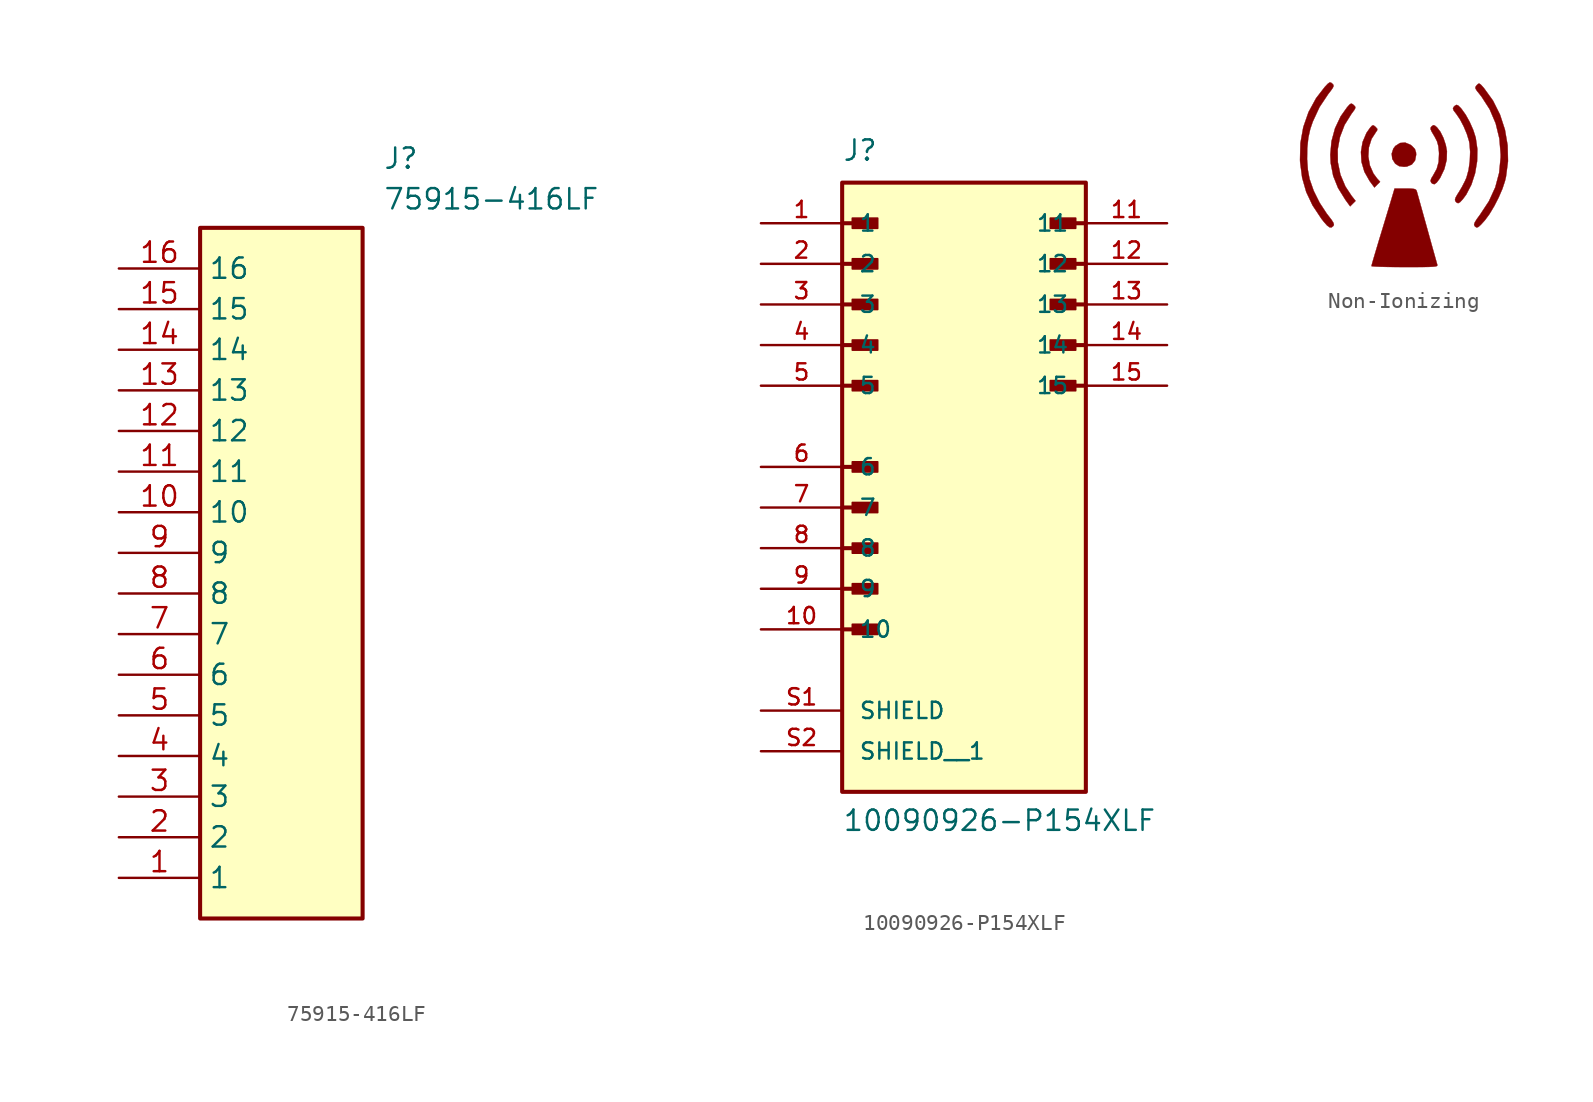
<source format=kicad_sym>
(kicad_symbol_lib
  (version 20231120)
  (generator "kicad_symbol_editor")
  (generator_version "8.0")
  (symbol "75915-416LF"
    (property "Reference" "J"
      (at 16.51 7.62 0)
      (effects (font (size 1.27 1.27)) (justify left top)))
    (property "Value" "75915-416LF"
      (at 16.51 5.08 0)
      (effects (font (size 1.27 1.27)) (justify left top)))
    (symbol "75915-416LF_1_1"
      (rectangle (start 5.08 2.54) (end 15.24 -40.64) (stroke (width 0.254) (type default)) (fill (type background)))
      (pin passive line (at 0 -38.1 0) (length 5.08) (name "1" (effects (font (size 1.27 1.27)))) (number "1" (effects (font (size 1.27 1.27)))))
      (pin passive line (at 0 -15.24 0) (length 5.08) (name "10" (effects (font (size 1.27 1.27)))) (number "10" (effects (font (size 1.27 1.27)))))
      (pin passive line (at 0 -12.7 0) (length 5.08) (name "11" (effects (font (size 1.27 1.27)))) (number "11" (effects (font (size 1.27 1.27)))))
      (pin passive line (at 0 -10.16 0) (length 5.08) (name "12" (effects (font (size 1.27 1.27)))) (number "12" (effects (font (size 1.27 1.27)))))
      (pin passive line (at 0 -7.62 0) (length 5.08) (name "13" (effects (font (size 1.27 1.27)))) (number "13" (effects (font (size 1.27 1.27)))))
      (pin passive line (at 0 -5.08 0) (length 5.08) (name "14" (effects (font (size 1.27 1.27)))) (number "14" (effects (font (size 1.27 1.27)))))
      (pin passive line (at 0 -2.54 0) (length 5.08) (name "15" (effects (font (size 1.27 1.27)))) (number "15" (effects (font (size 1.27 1.27)))))
      (pin passive line (at 0 0 0) (length 5.08) (name "16" (effects (font (size 1.27 1.27)))) (number "16" (effects (font (size 1.27 1.27)))))
      (pin passive line (at 0 -35.56 0) (length 5.08) (name "2" (effects (font (size 1.27 1.27)))) (number "2" (effects (font (size 1.27 1.27)))))
      (pin passive line (at 0 -33.02 0) (length 5.08) (name "3" (effects (font (size 1.27 1.27)))) (number "3" (effects (font (size 1.27 1.27)))))
      (pin passive line (at 0 -30.48 0) (length 5.08) (name "4" (effects (font (size 1.27 1.27)))) (number "4" (effects (font (size 1.27 1.27)))))
      (pin passive line (at 0 -27.94 0) (length 5.08) (name "5" (effects (font (size 1.27 1.27)))) (number "5" (effects (font (size 1.27 1.27)))))
      (pin passive line (at 0 -25.4 0) (length 5.08) (name "6" (effects (font (size 1.27 1.27)))) (number "6" (effects (font (size 1.27 1.27)))))
      (pin passive line (at 0 -22.86 0) (length 5.08) (name "7" (effects (font (size 1.27 1.27)))) (number "7" (effects (font (size 1.27 1.27)))))
      (pin passive line (at 0 -20.32 0) (length 5.08) (name "8" (effects (font (size 1.27 1.27)))) (number "8" (effects (font (size 1.27 1.27)))))
      (pin passive line (at 0 -17.78 0) (length 5.08) (name "9" (effects (font (size 1.27 1.27)))) (number "9" (effects (font (size 1.27 1.27)))))))
  (symbol "10090926-P154XLF"
    (pin_names
      (offset 1.016))
    (property "Reference" "J"
      (at -7.62 19.05 0)
      (effects (font (size 1.27 1.27)) (justify left bottom)))
    (property "Value" "10090926-P154XLF"
      (at -7.62 -22.86 0)
      (effects (font (size 1.27 1.27)) (justify left bottom)))
    (symbol "10090926-P154XLF_0_0"
      (rectangle (start -7.62 -20.32) (end 7.62 17.78) (stroke (width 0.254) (type default)) (fill (type background)))
      (rectangle (start -6.985 -10.477) (end -5.397 -9.842) (stroke (width 0.1) (type default)) (fill (type outline)))
      (rectangle (start -6.985 -7.938) (end -5.397 -7.303) (stroke (width 0.1) (type default)) (fill (type outline)))
      (rectangle (start -6.985 -5.397) (end -5.397 -4.763) (stroke (width 0.1) (type default)) (fill (type outline)))
      (rectangle (start -6.985 -2.857) (end -5.397 -2.223) (stroke (width 0.1) (type default)) (fill (type outline)))
      (rectangle (start -6.985 -0.318) (end -5.397 0.318) (stroke (width 0.1) (type default)) (fill (type outline)))
      (rectangle (start -6.985 4.763) (end -5.397 5.397) (stroke (width 0.1) (type default)) (fill (type outline)))
      (rectangle (start -6.985 7.303) (end -5.397 7.938) (stroke (width 0.1) (type default)) (fill (type outline)))
      (rectangle (start -6.985 9.842) (end -5.397 10.477) (stroke (width 0.1) (type default)) (fill (type outline)))
      (rectangle (start -6.985 12.383) (end -5.397 13.018) (stroke (width 0.1) (type default)) (fill (type outline)))
      (rectangle (start -6.985 14.922) (end -5.397 15.557) (stroke (width 0.1) (type default)) (fill (type outline)))
      (polyline (pts (xy -7.62 -10.16) (xy -5.715 -10.16)) (stroke (width 0.254) (type default)) (fill (type none)))
      (polyline (pts (xy -7.62 -7.62) (xy -5.715 -7.62)) (stroke (width 0.254) (type default)) (fill (type none)))
      (polyline (pts (xy -7.62 -5.08) (xy -5.715 -5.08)) (stroke (width 0.254) (type default)) (fill (type none)))
      (polyline (pts (xy -7.62 -2.54) (xy -5.715 -2.54)) (stroke (width 0.254) (type default)) (fill (type none)))
      (polyline (pts (xy -7.62 0) (xy -5.715 0)) (stroke (width 0.254) (type default)) (fill (type none)))
      (polyline (pts (xy -7.62 5.08) (xy -5.715 5.08)) (stroke (width 0.254) (type default)) (fill (type none)))
      (polyline (pts (xy -7.62 7.62) (xy -5.715 7.62)) (stroke (width 0.254) (type default)) (fill (type none)))
      (polyline (pts (xy -7.62 10.16) (xy -5.715 10.16)) (stroke (width 0.254) (type default)) (fill (type none)))
      (polyline (pts (xy -7.62 12.7) (xy -5.715 12.7)) (stroke (width 0.254) (type default)) (fill (type none)))
      (polyline (pts (xy -7.62 15.24) (xy -5.715 15.24)) (stroke (width 0.254) (type default)) (fill (type none)))
      (polyline (pts (xy 7.62 5.08) (xy 5.715 5.08)) (stroke (width 0.254) (type default)) (fill (type none)))
      (polyline (pts (xy 7.62 7.62) (xy 5.715 7.62)) (stroke (width 0.254) (type default)) (fill (type none)))
      (polyline (pts (xy 7.62 10.16) (xy 5.715 10.16)) (stroke (width 0.254) (type default)) (fill (type none)))
      (polyline (pts (xy 7.62 12.7) (xy 5.715 12.7)) (stroke (width 0.254) (type default)) (fill (type none)))
      (polyline (pts (xy 7.62 15.24) (xy 5.715 15.24)) (stroke (width 0.254) (type default)) (fill (type none)))
      (rectangle (start 5.397 4.763) (end 6.985 5.397) (stroke (width 0.1) (type default)) (fill (type outline)))
      (rectangle (start 5.397 7.303) (end 6.985 7.938) (stroke (width 0.1) (type default)) (fill (type outline)))
      (rectangle (start 5.397 9.842) (end 6.985 10.477) (stroke (width 0.1) (type default)) (fill (type outline)))
      (rectangle (start 5.397 12.383) (end 6.985 13.018) (stroke (width 0.1) (type default)) (fill (type outline)))
      (rectangle (start 5.397 14.922) (end 6.985 15.557) (stroke (width 0.1) (type default)) (fill (type outline)))
      (pin passive line (at -12.7 15.24 0) (length 5.08) (name "1" (effects (font (size 1.016 1.016)))) (number "1" (effects (font (size 1.016 1.016)))))
      (pin passive line (at -12.7 -10.16 0) (length 5.08) (name "10" (effects (font (size 1.016 1.016)))) (number "10" (effects (font (size 1.016 1.016)))))
      (pin passive line (at 12.7 15.24 180) (length 5.08) (name "11" (effects (font (size 1.016 1.016)))) (number "11" (effects (font (size 1.016 1.016)))))
      (pin passive line (at 12.7 12.7 180) (length 5.08) (name "12" (effects (font (size 1.016 1.016)))) (number "12" (effects (font (size 1.016 1.016)))))
      (pin passive line (at 12.7 10.16 180) (length 5.08) (name "13" (effects (font (size 1.016 1.016)))) (number "13" (effects (font (size 1.016 1.016)))))
      (pin passive line (at 12.7 7.62 180) (length 5.08) (name "14" (effects (font (size 1.016 1.016)))) (number "14" (effects (font (size 1.016 1.016)))))
      (pin passive line (at 12.7 5.08 180) (length 5.08) (name "15" (effects (font (size 1.016 1.016)))) (number "15" (effects (font (size 1.016 1.016)))))
      (pin passive line (at -12.7 12.7 0) (length 5.08) (name "2" (effects (font (size 1.016 1.016)))) (number "2" (effects (font (size 1.016 1.016)))))
      (pin passive line (at -12.7 10.16 0) (length 5.08) (name "3" (effects (font (size 1.016 1.016)))) (number "3" (effects (font (size 1.016 1.016)))))
      (pin passive line (at -12.7 7.62 0) (length 5.08) (name "4" (effects (font (size 1.016 1.016)))) (number "4" (effects (font (size 1.016 1.016)))))
      (pin passive line (at -12.7 5.08 0) (length 5.08) (name "5" (effects (font (size 1.016 1.016)))) (number "5" (effects (font (size 1.016 1.016)))))
      (pin passive line (at -12.7 0 0) (length 5.08) (name "6" (effects (font (size 1.016 1.016)))) (number "6" (effects (font (size 1.016 1.016)))))
      (pin passive line (at -12.7 -2.54 0) (length 5.08) (name "7" (effects (font (size 1.016 1.016)))) (number "7" (effects (font (size 1.016 1.016)))))
      (pin passive line (at -12.7 -5.08 0) (length 5.08) (name "8" (effects (font (size 1.016 1.016)))) (number "8" (effects (font (size 1.016 1.016)))))
      (pin passive line (at -12.7 -7.62 0) (length 5.08) (name "9" (effects (font (size 1.016 1.016)))) (number "9" (effects (font (size 1.016 1.016)))))
      (pin passive line (at -12.7 -15.24 0) (length 5.08) (name "SHIELD" (effects (font (size 1.016 1.016)))) (number "S1" (effects (font (size 1.016 1.016)))))
      (pin passive line (at -12.7 -17.78 0) (length 5.08) (name "SHIELD__1" (effects (font (size 1.016 1.016)))) (number "S2" (effects (font (size 1.016 1.016)))))))
  (symbol "Non-Ionizing"
    (pin_names
      (offset 1.016))
    (property "Reference" "#G"
      (at 0 7.832 0)
      (effects (font (size 1.27 1.27)) (hide yes)))
    (symbol "Non-Ionizing_0_0"
      (polyline (pts (xy 0.183 0.524) (xy 0.494 0.654) (xy 0.693 0.904) (xy 0.762 1.259) (xy 0.755 1.4) (xy 0.685 1.618) (xy 0.501 1.813) (xy 0.4 1.889) (xy 0.073 2.023) (xy -0.248 1.996) (xy -0.539 1.809) (xy -0.663 1.647) (xy -0.766 1.328) (xy -0.73 1) (xy -0.554 0.716) (xy -0.537 0.7) (xy -0.306 0.551) (xy 0 0.508) (xy 0.183 0.524)) (stroke (width 0.01) (type default)) (fill (type outline)))
      (polyline (pts (xy -1.668 -0.605) (xy -1.49 -0.427) (xy -1.667 -0.235) (xy -1.905 0.083) (xy -2.132 0.599) (xy -2.228 1.157) (xy -2.193 1.72) (xy -2.025 2.252) (xy -1.725 2.717) (xy -1.681 2.772) (xy -1.664 2.876) (xy -1.776 3.003) (xy -1.896 3.098) (xy -1.987 3.087) (xy -2.112 2.954) (xy -2.342 2.626) (xy -2.585 2.054) (xy -2.688 1.438) (xy -2.651 0.807) (xy -2.471 0.195) (xy -2.151 -0.37) (xy -1.846 -0.783) (xy -1.668 -0.605)) (stroke (width 0.01) (type default)) (fill (type outline)))
      (polyline (pts (xy -3.193 -1.791) (xy -3.023 -1.622) (xy -3.278 -1.298) (xy -3.661 -0.717) (xy -3.971 0.02) (xy -4.131 0.794) (xy -4.141 1.585) (xy -4 2.369) (xy -3.711 3.126) (xy -3.271 3.832) (xy -3.252 3.856) (xy -3.098 4.066) (xy -3.035 4.192) (xy -3.053 4.277) (xy -3.141 4.368) (xy -3.206 4.424) (xy -3.298 4.462) (xy -3.397 4.402) (xy -3.554 4.227) (xy -3.956 3.66) (xy -4.307 2.916) (xy -4.527 2.108) (xy -4.603 1.27) (xy -4.577 0.738) (xy -4.422 -0.058) (xy -4.12 -0.811) (xy -3.66 -1.552) (xy -3.362 -1.961) (xy -3.193 -1.791)) (stroke (width 0.01) (type default)) (fill (type outline)))
      (polyline (pts (xy 2.044 -0.48) (xy 2.228 -0.233) (xy 2.268 -0.169) (xy 2.524 0.369) (xy 2.668 0.941) (xy 2.685 1.485) (xy 2.613 1.871) (xy 2.468 2.309) (xy 2.277 2.696) (xy 2.066 2.971) (xy 1.935 3.083) (xy 1.832 3.111) (xy 1.729 3.035) (xy 1.672 2.963) (xy 1.663 2.864) (xy 1.728 2.71) (xy 1.877 2.458) (xy 1.91 2.405) (xy 2.065 2.106) (xy 2.148 1.812) (xy 2.187 1.437) (xy 2.192 1.329) (xy 2.168 0.814) (xy 2.046 0.376) (xy 1.812 -0.047) (xy 1.713 -0.206) (xy 1.659 -0.363) (xy 1.7 -0.474) (xy 1.769 -0.543) (xy 1.899 -0.58) (xy 2.044 -0.48)) (stroke (width 0.01) (type default)) (fill (type outline)))
      (polyline (pts (xy -4.408 -3.182) (xy -4.378 -3.114) (xy -4.405 -2.996) (xy -4.518 -2.813) (xy -4.732 -2.535) (xy -4.828 -2.412) (xy -5.27 -1.736) (xy -5.64 -0.992) (xy -5.898 -0.254) (xy -6.005 0.318) (xy -6.053 0.98) (xy -6.043 1.669) (xy -5.976 2.321) (xy -5.853 2.876) (xy -5.697 3.331) (xy -5.276 4.239) (xy -4.736 5.05) (xy -4.602 5.222) (xy -4.458 5.423) (xy -4.399 5.548) (xy -4.411 5.632) (xy -4.481 5.709) (xy -4.559 5.77) (xy -4.647 5.779) (xy -4.762 5.695) (xy -4.945 5.501) (xy -5.49 4.797) (xy -5.962 3.931) (xy -6.29 2.989) (xy -6.47 1.987) (xy -6.496 0.939) (xy -6.488 0.797) (xy -6.361 -0.176) (xy -6.107 -1.064) (xy -5.711 -1.903) (xy -5.161 -2.731) (xy -5.009 -2.926) (xy -4.8 -3.162) (xy -4.645 -3.275) (xy -4.521 -3.277) (xy -4.408 -3.182)) (stroke (width 0.01) (type default)) (fill (type outline)))
      (polyline (pts (xy 3.503 -1.703) (xy 3.68 -1.512) (xy 3.893 -1.224) (xy 4.215 -0.603) (xy 4.444 0.103) (xy 4.571 0.855) (xy 4.587 1.61) (xy 4.484 2.328) (xy 4.481 2.338) (xy 4.331 2.805) (xy 4.112 3.302) (xy 3.857 3.763) (xy 3.599 4.124) (xy 3.533 4.199) (xy 3.385 4.344) (xy 3.283 4.38) (xy 3.186 4.327) (xy 3.121 4.269) (xy 3.06 4.16) (xy 3.103 4.029) (xy 3.259 3.826) (xy 3.272 3.811) (xy 3.502 3.471) (xy 3.731 3.034) (xy 3.929 2.564) (xy 4.064 2.126) (xy 4.095 1.968) (xy 4.136 1.447) (xy 4.115 0.87) (xy 4.037 0.31) (xy 3.907 -0.162) (xy 3.815 -0.375) (xy 3.627 -0.743) (xy 3.427 -1.078) (xy 3.354 -1.19) (xy 3.225 -1.416) (xy 3.186 -1.56) (xy 3.223 -1.657) (xy 3.276 -1.715) (xy 3.381 -1.767) (xy 3.503 -1.703)) (stroke (width 0.01) (type default)) (fill (type outline)))
      (polyline (pts (xy 4.653 -3.248) (xy 4.805 -3.111) (xy 5.036 -2.857) (xy 5.063 -2.826) (xy 5.348 -2.438) (xy 5.643 -1.945) (xy 5.92 -1.402) (xy 6.153 -0.862) (xy 6.312 -0.381) (xy 6.375 -0.114) (xy 6.501 0.861) (xy 6.477 1.852) (xy 6.309 2.83) (xy 6.002 3.769) (xy 5.564 4.643) (xy 5.001 5.423) (xy 4.827 5.619) (xy 4.719 5.706) (xy 4.64 5.697) (xy 4.548 5.609) (xy 4.529 5.586) (xy 4.465 5.493) (xy 4.47 5.398) (xy 4.556 5.258) (xy 4.739 5.031) (xy 4.839 4.905) (xy 5.354 4.106) (xy 5.731 3.222) (xy 5.963 2.271) (xy 6.043 1.27) (xy 6.041 1.093) (xy 5.947 0.13) (xy 5.706 -0.773) (xy 5.31 -1.638) (xy 4.752 -2.485) (xy 4.556 -2.752) (xy 4.426 -2.962) (xy 4.381 -3.096) (xy 4.41 -3.184) (xy 4.46 -3.239) (xy 4.548 -3.286) (xy 4.653 -3.248)) (stroke (width 0.01) (type default)) (fill (type outline)))
      (polyline (pts (xy 0.049 -5.757) (xy 0.695 -5.757) (xy 1.192 -5.754) (xy 1.557 -5.747) (xy 1.81 -5.735) (xy 1.97 -5.717) (xy 2.056 -5.691) (xy 2.087 -5.655) (xy 2.083 -5.609) (xy 2.052 -5.503) (xy 1.982 -5.253) (xy 1.879 -4.885) (xy 1.749 -4.421) (xy 1.6 -3.886) (xy 1.438 -3.302) (xy 1.286 -2.757) (xy 1.136 -2.217) (xy 1.005 -1.748) (xy 0.901 -1.373) (xy 0.828 -1.114) (xy 0.794 -0.995) (xy 0.794 -0.995) (xy 0.747 -0.919) (xy 0.636 -0.874) (xy 0.426 -0.852) (xy 0.083 -0.847) (xy -0.586 -0.847) (xy -0.768 -1.46) (xy -0.783 -1.509) (xy -0.873 -1.811) (xy -1 -2.231) (xy -1.152 -2.734) (xy -1.319 -3.287) (xy -1.491 -3.852) (xy -1.56 -4.078) (xy -1.71 -4.58) (xy -1.84 -5.016) (xy -1.942 -5.364) (xy -2.008 -5.598) (xy -2.032 -5.694) (xy -1.984 -5.707) (xy -1.79 -5.723) (xy -1.467 -5.737) (xy -1.038 -5.748) (xy -0.525 -5.755) (xy 0.048 -5.757) (xy 0.049 -5.757)) (stroke (width 0.01) (type default)) (fill (type outline))))))
</source>
